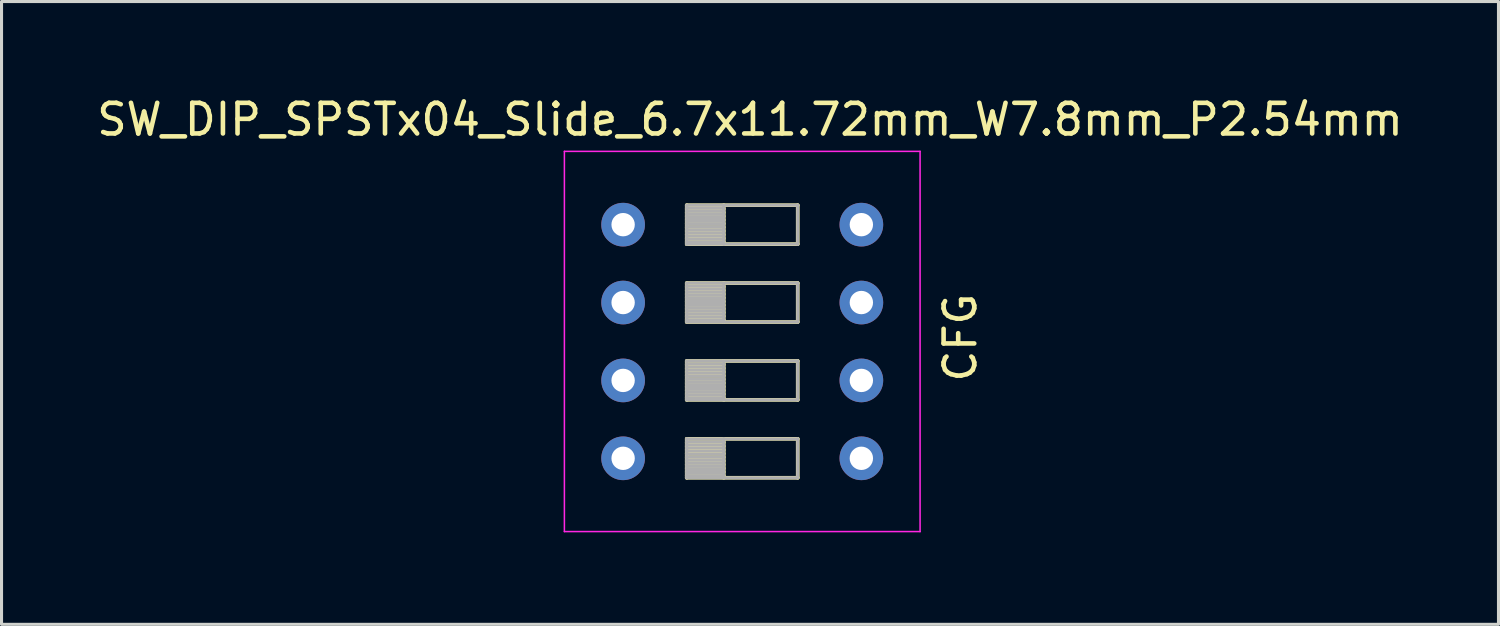
<source format=kicad_pcb>
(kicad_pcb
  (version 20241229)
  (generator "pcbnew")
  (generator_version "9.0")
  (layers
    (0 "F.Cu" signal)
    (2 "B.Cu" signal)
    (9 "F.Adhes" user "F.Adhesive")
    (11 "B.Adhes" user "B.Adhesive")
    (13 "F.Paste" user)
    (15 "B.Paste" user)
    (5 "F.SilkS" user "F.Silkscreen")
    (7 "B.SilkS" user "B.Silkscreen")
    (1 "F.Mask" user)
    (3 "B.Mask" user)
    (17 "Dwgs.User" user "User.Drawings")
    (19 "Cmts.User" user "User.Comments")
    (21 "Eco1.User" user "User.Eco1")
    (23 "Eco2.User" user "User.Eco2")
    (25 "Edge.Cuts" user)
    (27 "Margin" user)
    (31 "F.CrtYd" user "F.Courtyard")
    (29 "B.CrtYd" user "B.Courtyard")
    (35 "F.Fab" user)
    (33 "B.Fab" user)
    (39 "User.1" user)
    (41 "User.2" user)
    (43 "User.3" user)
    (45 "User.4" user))
  (footprint "SW_DIP_SPSTx04_Slide_6.7x11.72mm_W7.8mm_P2.54mm"
    (layer "F.Cu")
    (at 21.157 8.087)
    (property "Reference" "SW_DIP_SPSTx04_Slide_6.7x11.72mm_W7.8mm_P2.54mm" (at 0.254 -7.239 180) (layer "F.SilkS") (effects (font (size 1 1) (thickness 0.15))))
    (attr smd)
    (fp_line (start -1.81 -4.445) (end -1.81 -3.175) (stroke (width 0.12) (type solid)) (layer "F.SilkS"))
    (fp_line (start -1.81 -4.325) (end -0.603 -4.325) (stroke (width 0.12) (type solid)) (layer "F.SilkS"))
    (fp_line (start -1.81 -4.205) (end -0.603 -4.205) (stroke (width 0.12) (type solid)) (layer "F.SilkS"))
    (fp_line (start -1.81 -4.085) (end -0.603 -4.085) (stroke (width 0.12) (type solid)) (layer "F.SilkS"))
    (fp_line (start -1.81 -3.965) (end -0.603 -3.965) (stroke (width 0.12) (type solid)) (layer "F.SilkS"))
    (fp_line (start -1.81 -3.845) (end -0.603 -3.845) (stroke (width 0.12) (type solid)) (layer "F.SilkS"))
    (fp_line (start -1.81 -3.725) (end -0.603 -3.725) (stroke (width 0.12) (type solid)) (layer "F.SilkS"))
    (fp_line (start -1.81 -3.605) (end -0.603 -3.605) (stroke (width 0.12) (type solid)) (layer "F.SilkS"))
    (fp_line (start -1.81 -3.485) (end -0.603 -3.485) (stroke (width 0.12) (type solid)) (layer "F.SilkS"))
    (fp_line (start -1.81 -3.365) (end -0.603 -3.365) (stroke (width 0.12) (type solid)) (layer "F.SilkS"))
    (fp_line (start -1.81 -3.245) (end -0.603 -3.245) (stroke (width 0.12) (type solid)) (layer "F.SilkS"))
    (fp_line (start -1.81 -3.175) (end 1.81 -3.175) (stroke (width 0.12) (type solid)) (layer "F.SilkS"))
    (fp_line (start -1.81 -1.905) (end -1.81 -0.635) (stroke (width 0.12) (type solid)) (layer "F.SilkS"))
    (fp_line (start -1.81 -1.785) (end -0.603 -1.785) (stroke (width 0.12) (type solid)) (layer "F.SilkS"))
    (fp_line (start -1.81 -1.665) (end -0.603 -1.665) (stroke (width 0.12) (type solid)) (layer "F.SilkS"))
    (fp_line (start -1.81 -1.545) (end -0.603 -1.545) (stroke (width 0.12) (type solid)) (layer "F.SilkS"))
    (fp_line (start -1.81 -1.425) (end -0.603 -1.425) (stroke (width 0.12) (type solid)) (layer "F.SilkS"))
    (fp_line (start -1.81 -1.305) (end -0.603 -1.305) (stroke (width 0.12) (type solid)) (layer "F.SilkS"))
    (fp_line (start -1.81 -1.185) (end -0.603 -1.185) (stroke (width 0.12) (type solid)) (layer "F.SilkS"))
    (fp_line (start -1.81 -1.065) (end -0.603 -1.065) (stroke (width 0.12) (type solid)) (layer "F.SilkS"))
    (fp_line (start -1.81 -0.945) (end -0.603 -0.945) (stroke (width 0.12) (type solid)) (layer "F.SilkS"))
    (fp_line (start -1.81 -0.825) (end -0.603 -0.825) (stroke (width 0.12) (type solid)) (layer "F.SilkS"))
    (fp_line (start -1.81 -0.705) (end -0.603 -0.705) (stroke (width 0.12) (type solid)) (layer "F.SilkS"))
    (fp_line (start -1.81 -0.635) (end 1.81 -0.635) (stroke (width 0.12) (type solid)) (layer "F.SilkS"))
    (fp_line (start -1.81 0.635) (end -1.81 1.905) (stroke (width 0.12) (type solid)) (layer "F.SilkS"))
    (fp_line (start -1.81 0.755) (end -0.603 0.755) (stroke (width 0.12) (type solid)) (layer "F.SilkS"))
    (fp_line (start -1.81 0.875) (end -0.603 0.875) (stroke (width 0.12) (type solid)) (layer "F.SilkS"))
    (fp_line (start -1.81 0.995) (end -0.603 0.995) (stroke (width 0.12) (type solid)) (layer "F.SilkS"))
    (fp_line (start -1.81 1.115) (end -0.603 1.115) (stroke (width 0.12) (type solid)) (layer "F.SilkS"))
    (fp_line (start -1.81 1.235) (end -0.603 1.235) (stroke (width 0.12) (type solid)) (layer "F.SilkS"))
    (fp_line (start -1.81 1.355) (end -0.603 1.355) (stroke (width 0.12) (type solid)) (layer "F.SilkS"))
    (fp_line (start -1.81 1.475) (end -0.603 1.475) (stroke (width 0.12) (type solid)) (layer "F.SilkS"))
    (fp_line (start -1.81 1.595) (end -0.603 1.595) (stroke (width 0.12) (type solid)) (layer "F.SilkS"))
    (fp_line (start -1.81 1.715) (end -0.603 1.715) (stroke (width 0.12) (type solid)) (layer "F.SilkS"))
    (fp_line (start -1.81 1.835) (end -0.603 1.835) (stroke (width 0.12) (type solid)) (layer "F.SilkS"))
    (fp_line (start -1.81 1.905) (end 1.81 1.905) (stroke (width 0.12) (type solid)) (layer "F.SilkS"))
    (fp_line (start -1.81 3.175) (end -1.81 4.445) (stroke (width 0.12) (type solid)) (layer "F.SilkS"))
    (fp_line (start -1.81 3.295) (end -0.603 3.295) (stroke (width 0.12) (type solid)) (layer "F.SilkS"))
    (fp_line (start -1.81 3.415) (end -0.603 3.415) (stroke (width 0.12) (type solid)) (layer "F.SilkS"))
    (fp_line (start -1.81 3.535) (end -0.603 3.535) (stroke (width 0.12) (type solid)) (layer "F.SilkS"))
    (fp_line (start -1.81 3.655) (end -0.603 3.655) (stroke (width 0.12) (type solid)) (layer "F.SilkS"))
    (fp_line (start -1.81 3.775) (end -0.603 3.775) (stroke (width 0.12) (type solid)) (layer "F.SilkS"))
    (fp_line (start -1.81 3.895) (end -0.603 3.895) (stroke (width 0.12) (type solid)) (layer "F.SilkS"))
    (fp_line (start -1.81 4.015) (end -0.603 4.015) (stroke (width 0.12) (type solid)) (layer "F.SilkS"))
    (fp_line (start -1.81 4.135) (end -0.603 4.135) (stroke (width 0.12) (type solid)) (layer "F.SilkS"))
    (fp_line (start -1.81 4.255) (end -0.603 4.255) (stroke (width 0.12) (type solid)) (layer "F.SilkS"))
    (fp_line (start -1.81 4.375) (end -0.603 4.375) (stroke (width 0.12) (type solid)) (layer "F.SilkS"))
    (fp_line (start -1.81 4.445) (end 1.81 4.445) (stroke (width 0.12) (type solid)) (layer "F.SilkS"))
    (fp_line (start -0.603 -4.445) (end -0.603 -3.175) (stroke (width 0.12) (type solid)) (layer "F.SilkS"))
    (fp_line (start -0.603 -1.905) (end -0.603 -0.635) (stroke (width 0.12) (type solid)) (layer "F.SilkS"))
    (fp_line (start -0.603 0.635) (end -0.603 1.905) (stroke (width 0.12) (type solid)) (layer "F.SilkS"))
    (fp_line (start -0.603 3.175) (end -0.603 4.445) (stroke (width 0.12) (type solid)) (layer "F.SilkS"))
    (fp_line (start 1.81 -4.445) (end -1.81 -4.445) (stroke (width 0.12) (type solid)) (layer "F.SilkS"))
    (fp_line (start 1.81 -3.175) (end 1.81 -4.445) (stroke (width 0.12) (type solid)) (layer "F.SilkS"))
    (fp_line (start 1.81 -1.905) (end -1.81 -1.905) (stroke (width 0.12) (type solid)) (layer "F.SilkS"))
    (fp_line (start 1.81 -0.635) (end 1.81 -1.905) (stroke (width 0.12) (type solid)) (layer "F.SilkS"))
    (fp_line (start 1.81 0.635) (end -1.81 0.635) (stroke (width 0.12) (type solid)) (layer "F.SilkS"))
    (fp_line (start 1.81 1.905) (end 1.81 0.635) (stroke (width 0.12) (type solid)) (layer "F.SilkS"))
    (fp_line (start 1.81 3.175) (end -1.81 3.175) (stroke (width 0.12) (type solid)) (layer "F.SilkS"))
    (fp_line (start 1.81 4.445) (end 1.81 3.175) (stroke (width 0.12) (type solid)) (layer "F.SilkS"))
    (fp_line (start -5.8 -6.2) (end -5.8 6.2) (stroke (width 0.05) (type solid)) (layer "F.CrtYd"))
    (fp_line (start -5.8 6.2) (end 5.8 6.2) (stroke (width 0.05) (type solid)) (layer "F.CrtYd"))
    (fp_line (start 5.8 -6.2) (end -5.8 -6.2) (stroke (width 0.05) (type solid)) (layer "F.CrtYd"))
    (fp_line (start 5.8 6.2) (end 5.8 -6.2) (stroke (width 0.05) (type solid)) (layer "F.CrtYd"))
    (fp_line (start -1.81 -4.445) (end -1.81 -3.175) (stroke (width 0.1) (type solid)) (layer "F.Fab"))
    (fp_line (start -1.81 -4.345) (end -0.603 -4.345) (stroke (width 0.1) (type solid)) (layer "F.Fab"))
    (fp_line (start -1.81 -4.245) (end -0.603 -4.245) (stroke (width 0.1) (type solid)) (layer "F.Fab"))
    (fp_line (start -1.81 -4.145) (end -0.603 -4.145) (stroke (width 0.1) (type solid)) (layer "F.Fab"))
    (fp_line (start -1.81 -4.045) (end -0.603 -4.045) (stroke (width 0.1) (type solid)) (layer "F.Fab"))
    (fp_line (start -1.81 -3.945) (end -0.603 -3.945) (stroke (width 0.1) (type solid)) (layer "F.Fab"))
    (fp_line (start -1.81 -3.845) (end -0.603 -3.845) (stroke (width 0.1) (type solid)) (layer "F.Fab"))
    (fp_line (start -1.81 -3.745) (end -0.603 -3.745) (stroke (width 0.1) (type solid)) (layer "F.Fab"))
    (fp_line (start -1.81 -3.645) (end -0.603 -3.645) (stroke (width 0.1) (type solid)) (layer "F.Fab"))
    (fp_line (start -1.81 -3.545) (end -0.603 -3.545) (stroke (width 0.1) (type solid)) (layer "F.Fab"))
    (fp_line (start -1.81 -3.445) (end -0.603 -3.445) (stroke (width 0.1) (type solid)) (layer "F.Fab"))
    (fp_line (start -1.81 -3.345) (end -0.603 -3.345) (stroke (width 0.1) (type solid)) (layer "F.Fab"))
    (fp_line (start -1.81 -3.245) (end -0.603 -3.245) (stroke (width 0.1) (type solid)) (layer "F.Fab"))
    (fp_line (start -1.81 -3.175) (end 1.81 -3.175) (stroke (width 0.1) (type solid)) (layer "F.Fab"))
    (fp_line (start -1.81 -1.905) (end -1.81 -0.635) (stroke (width 0.1) (type solid)) (layer "F.Fab"))
    (fp_line (start -1.81 -1.805) (end -0.603 -1.805) (stroke (width 0.1) (type solid)) (layer "F.Fab"))
    (fp_line (start -1.81 -1.705) (end -0.603 -1.705) (stroke (width 0.1) (type solid)) (layer "F.Fab"))
    (fp_line (start -1.81 -1.605) (end -0.603 -1.605) (stroke (width 0.1) (type solid)) (layer "F.Fab"))
    (fp_line (start -1.81 -1.505) (end -0.603 -1.505) (stroke (width 0.1) (type solid)) (layer "F.Fab"))
    (fp_line (start -1.81 -1.405) (end -0.603 -1.405) (stroke (width 0.1) (type solid)) (layer "F.Fab"))
    (fp_line (start -1.81 -1.305) (end -0.603 -1.305) (stroke (width 0.1) (type solid)) (layer "F.Fab"))
    (fp_line (start -1.81 -1.205) (end -0.603 -1.205) (stroke (width 0.1) (type solid)) (layer "F.Fab"))
    (fp_line (start -1.81 -1.105) (end -0.603 -1.105) (stroke (width 0.1) (type solid)) (layer "F.Fab"))
    (fp_line (start -1.81 -1.005) (end -0.603 -1.005) (stroke (width 0.1) (type solid)) (layer "F.Fab"))
    (fp_line (start -1.81 -0.905) (end -0.603 -0.905) (stroke (width 0.1) (type solid)) (layer "F.Fab"))
    (fp_line (start -1.81 -0.805) (end -0.603 -0.805) (stroke (width 0.1) (type solid)) (layer "F.Fab"))
    (fp_line (start -1.81 -0.705) (end -0.603 -0.705) (stroke (width 0.1) (type solid)) (layer "F.Fab"))
    (fp_line (start -1.81 -0.635) (end 1.81 -0.635) (stroke (width 0.1) (type solid)) (layer "F.Fab"))
    (fp_line (start -1.81 0.635) (end -1.81 1.905) (stroke (width 0.1) (type solid)) (layer "F.Fab"))
    (fp_line (start -1.81 0.735) (end -0.603 0.735) (stroke (width 0.1) (type solid)) (layer "F.Fab"))
    (fp_line (start -1.81 0.835) (end -0.603 0.835) (stroke (width 0.1) (type solid)) (layer "F.Fab"))
    (fp_line (start -1.81 0.935) (end -0.603 0.935) (stroke (width 0.1) (type solid)) (layer "F.Fab"))
    (fp_line (start -1.81 1.035) (end -0.603 1.035) (stroke (width 0.1) (type solid)) (layer "F.Fab"))
    (fp_line (start -1.81 1.135) (end -0.603 1.135) (stroke (width 0.1) (type solid)) (layer "F.Fab"))
    (fp_line (start -1.81 1.235) (end -0.603 1.235) (stroke (width 0.1) (type solid)) (layer "F.Fab"))
    (fp_line (start -1.81 1.335) (end -0.603 1.335) (stroke (width 0.1) (type solid)) (layer "F.Fab"))
    (fp_line (start -1.81 1.435) (end -0.603 1.435) (stroke (width 0.1) (type solid)) (layer "F.Fab"))
    (fp_line (start -1.81 1.535) (end -0.603 1.535) (stroke (width 0.1) (type solid)) (layer "F.Fab"))
    (fp_line (start -1.81 1.635) (end -0.603 1.635) (stroke (width 0.1) (type solid)) (layer "F.Fab"))
    (fp_line (start -1.81 1.735) (end -0.603 1.735) (stroke (width 0.1) (type solid)) (layer "F.Fab"))
    (fp_line (start -1.81 1.835) (end -0.603 1.835) (stroke (width 0.1) (type solid)) (layer "F.Fab"))
    (fp_line (start -1.81 1.905) (end 1.81 1.905) (stroke (width 0.1) (type solid)) (layer "F.Fab"))
    (fp_line (start -1.81 3.175) (end -1.81 4.445) (stroke (width 0.1) (type solid)) (layer "F.Fab"))
    (fp_line (start -1.81 3.275) (end -0.603 3.275) (stroke (width 0.1) (type solid)) (layer "F.Fab"))
    (fp_line (start -1.81 3.375) (end -0.603 3.375) (stroke (width 0.1) (type solid)) (layer "F.Fab"))
    (fp_line (start -1.81 3.475) (end -0.603 3.475) (stroke (width 0.1) (type solid)) (layer "F.Fab"))
    (fp_line (start -1.81 3.575) (end -0.603 3.575) (stroke (width 0.1) (type solid)) (layer "F.Fab"))
    (fp_line (start -1.81 3.675) (end -0.603 3.675) (stroke (width 0.1) (type solid)) (layer "F.Fab"))
    (fp_line (start -1.81 3.775) (end -0.603 3.775) (stroke (width 0.1) (type solid)) (layer "F.Fab"))
    (fp_line (start -1.81 3.875) (end -0.603 3.875) (stroke (width 0.1) (type solid)) (layer "F.Fab"))
    (fp_line (start -1.81 3.975) (end -0.603 3.975) (stroke (width 0.1) (type solid)) (layer "F.Fab"))
    (fp_line (start -1.81 4.075) (end -0.603 4.075) (stroke (width 0.1) (type solid)) (layer "F.Fab"))
    (fp_line (start -1.81 4.175) (end -0.603 4.175) (stroke (width 0.1) (type solid)) (layer "F.Fab"))
    (fp_line (start -1.81 4.275) (end -0.603 4.275) (stroke (width 0.1) (type solid)) (layer "F.Fab"))
    (fp_line (start -1.81 4.375) (end -0.603 4.375) (stroke (width 0.1) (type solid)) (layer "F.Fab"))
    (fp_line (start -1.81 4.445) (end 1.81 4.445) (stroke (width 0.1) (type solid)) (layer "F.Fab"))
    (fp_line (start -0.603 -4.445) (end -0.603 -3.175) (stroke (width 0.1) (type solid)) (layer "F.Fab"))
    (fp_line (start -0.603 -1.905) (end -0.603 -0.635) (stroke (width 0.1) (type solid)) (layer "F.Fab"))
    (fp_line (start -0.603 0.635) (end -0.603 1.905) (stroke (width 0.1) (type solid)) (layer "F.Fab"))
    (fp_line (start -0.603 3.175) (end -0.603 4.445) (stroke (width 0.1) (type solid)) (layer "F.Fab"))
    (fp_line (start 1.81 -4.445) (end -1.81 -4.445) (stroke (width 0.1) (type solid)) (layer "F.Fab"))
    (fp_line (start 1.81 -3.175) (end 1.81 -4.445) (stroke (width 0.1) (type solid)) (layer "F.Fab"))
    (fp_line (start 1.81 -1.905) (end -1.81 -1.905) (stroke (width 0.1) (type solid)) (layer "F.Fab"))
    (fp_line (start 1.81 -0.635) (end 1.81 -1.905) (stroke (width 0.1) (type solid)) (layer "F.Fab"))
    (fp_line (start 1.81 0.635) (end -1.81 0.635) (stroke (width 0.1) (type solid)) (layer "F.Fab"))
    (fp_line (start 1.81 1.905) (end 1.81 0.635) (stroke (width 0.1) (type solid)) (layer "F.Fab"))
    (fp_line (start 1.81 3.175) (end -1.81 3.175) (stroke (width 0.1) (type solid)) (layer "F.Fab"))
    (fp_line (start 1.81 4.445) (end 1.81 3.175) (stroke (width 0.1) (type solid)) (layer "F.Fab"))
    (fp_text user "CFG" (at 7.112 -0.127 90) (layer "F.SilkS") (effects (font (size 1 1) (thickness 0.15))))
    (pad "1" thru_hole circle (at -3.885 -3.81) (size 1.424 1.424) (drill 0.762) (layers "*.Cu" "*.Mask"))
    (pad "2" thru_hole circle (at -3.885 -1.27) (size 1.424 1.424) (drill 0.762) (layers "*.Cu" "*.Mask"))
    (pad "3" thru_hole circle (at -3.885 1.27) (size 1.424 1.424) (drill 0.762) (layers "*.Cu" "*.Mask"))
    (pad "4" thru_hole circle (at -3.885 3.81) (size 1.424 1.424) (drill 0.762) (layers "*.Cu" "*.Mask"))
    (pad "5" thru_hole circle (at 3.885 3.81) (size 1.424 1.424) (drill 0.762) (layers "*.Cu" "*.Mask"))
    (pad "6" thru_hole circle (at 3.885 1.27) (size 1.424 1.424) (drill 0.762) (layers "*.Cu" "*.Mask"))
    (pad "7" thru_hole circle (at 3.885 -1.27) (size 1.424 1.424) (drill 0.762) (layers "*.Cu" "*.Mask"))
    (pad "8" thru_hole circle (at 3.885 -3.81) (size 1.424 1.424) (drill 0.762) (layers "*.Cu" "*.Mask")))
  (gr_rect
    (start -3 -3)
    (end 45.821 17.312)
    (stroke (width 0.1) (type default))
    (fill no)
    (layer "Edge.Cuts")))
</source>
